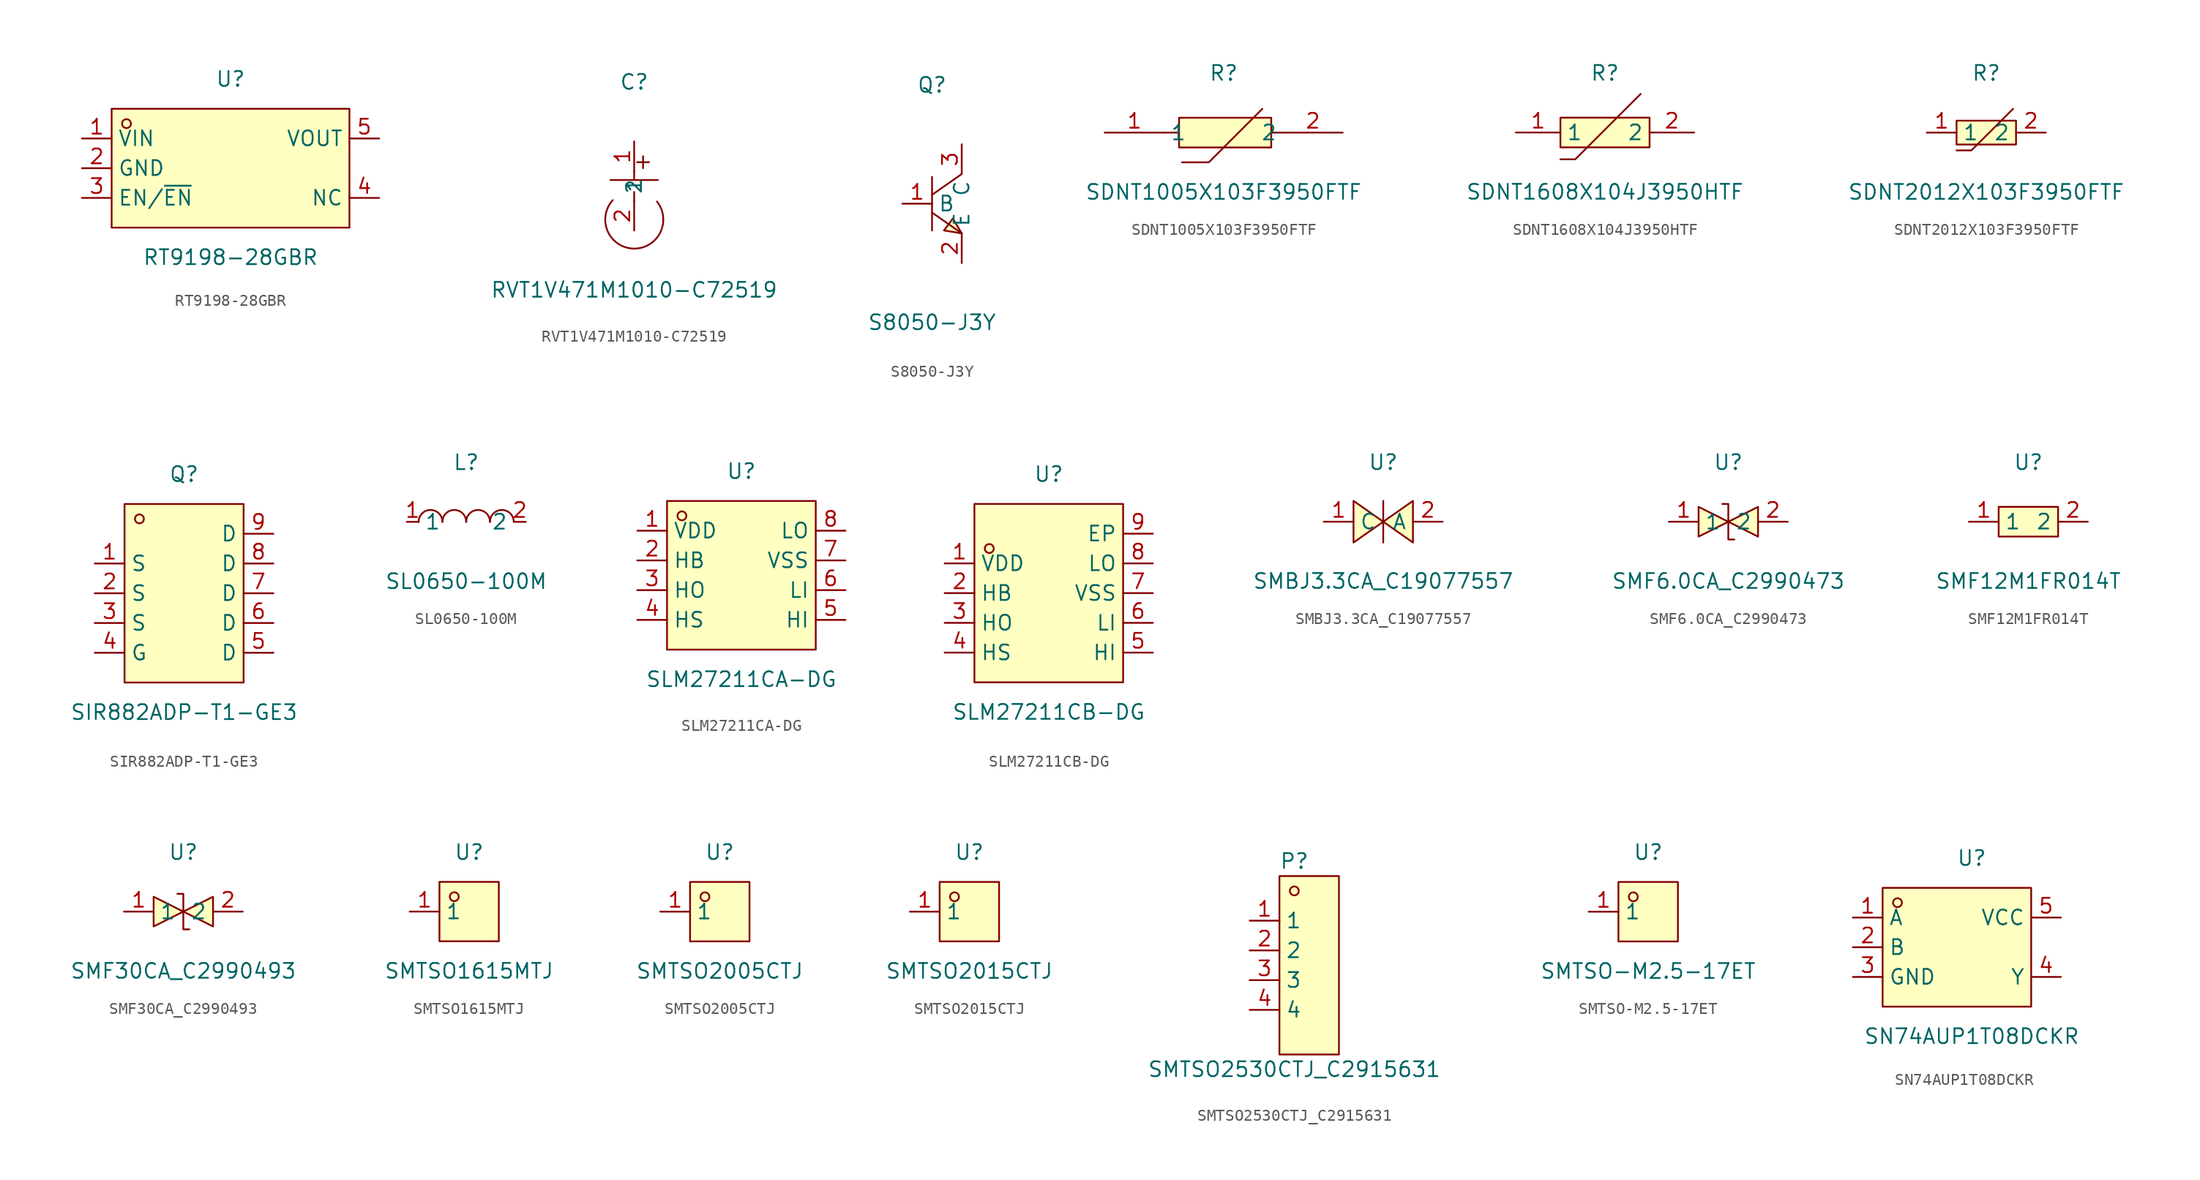
<source format=kicad_sym>
(kicad_symbol_lib
  (version 20231120)
  (generator "kicad_symbol_editor")
  (generator_version "8.0")
  (symbol "RT9198-28GBR"
    (property "Reference" "U"
      (at 0 7.62 0)
      (effects (font (size 1.27 1.27))))
    (property "Value" "RT9198-28GBR"
      (at 0 -7.62 0)
      (effects (font (size 1.27 1.27))))
    (symbol "RT9198-28GBR_0_1"
      (rectangle (start -10.16 5.08) (end 10.16 -5.08) (stroke (width 0) (type default)) (fill (type background)))
      (circle (center -8.89 3.81) (radius 0.38) (stroke (width 0) (type default)) (fill (type none)))
      (pin unspecified line (at -12.7 2.54 0) (length 2.54) (name "VIN" (effects (font (size 1.27 1.27)))) (number "1" (effects (font (size 1.27 1.27)))))
      (pin unspecified line (at -12.7 0 0) (length 2.54) (name "GND" (effects (font (size 1.27 1.27)))) (number "2" (effects (font (size 1.27 1.27)))))
      (pin unspecified line (at -12.7 -2.54 0) (length 2.54) (name "EN/~{EN}" (effects (font (size 1.27 1.27)))) (number "3" (effects (font (size 1.27 1.27)))))
      (pin unspecified line (at 12.7 -2.54 180) (length 2.54) (name "NC" (effects (font (size 1.27 1.27)))) (number "4" (effects (font (size 1.27 1.27)))))
      (pin unspecified line (at 12.7 2.54 180) (length 2.54) (name "VOUT" (effects (font (size 1.27 1.27)))) (number "5" (effects (font (size 1.27 1.27)))))))
  (symbol "RVT1V471M1010-C72519"
    (property "Reference" "C"
      (at 0 8.89 0)
      (effects (font (size 1.27 1.27))))
    (property "Value" "RVT1V471M1010-C72519"
      (at 0 -8.89 0)
      (effects (font (size 1.27 1.27))))
    (symbol "RVT1V471M1010-C72519_0_1"
      (arc (start -1.83 -1.21) (mid -0.0697 -5.356) (end 1.95 -1.33) (stroke (width 0) (type default)) (fill (type none)))
      (polyline (pts (xy 0 -0.51) (xy 0 -1.27)) (stroke (width 0) (type default)) (fill (type none)))
      (polyline (pts (xy 0 1.27) (xy 0 0.51)) (stroke (width 0) (type default)) (fill (type none)))
      (polyline (pts (xy 0.76 2.54) (xy 0.76 1.52)) (stroke (width 0) (type default)) (fill (type none)))
      (polyline (pts (xy 1.27 2.03) (xy 0.25 2.03)) (stroke (width 0) (type default)) (fill (type none)))
      (polyline (pts (xy 2.03 0.51) (xy -2.03 0.51)) (stroke (width 0) (type default)) (fill (type none)))
      (pin input line (at 0 3.81 270) (length 2.54) (name "1" (effects (font (size 1.27 1.27)))) (number "1" (effects (font (size 1.27 1.27)))))
      (pin input line (at 0 -3.81 90) (length 2.54) (name "2" (effects (font (size 1.27 1.27)))) (number "2" (effects (font (size 1.27 1.27)))))))
  (symbol "S8050-J3Y"
    (property "Reference" "Q"
      (at 0 10.16 0)
      (effects (font (size 1.27 1.27))))
    (property "Value" "S8050-J3Y"
      (at 0 -10.16 0)
      (effects (font (size 1.27 1.27))))
    (symbol "S8050-J3Y_0_1"
      (polyline (pts (xy 0 -0.76) (xy 2.54 -2.54)) (stroke (width 0) (type default)) (fill (type none)))
      (polyline (pts (xy 0 2.29) (xy 0 -2.29)) (stroke (width 0) (type default)) (fill (type none)))
      (polyline (pts (xy 2.54 2.54) (xy 0 0.76)) (stroke (width 0) (type default)) (fill (type none)))
      (polyline (pts (xy 2.54 -2.54) (xy 1.02 -2.29) (xy 1.78 -1.27) (xy 2.54 -2.54)) (stroke (width 0) (type default)) (fill (type background)))
      (pin unspecified line (at -2.54 0 0) (length 2.54) (name "B" (effects (font (size 1.27 1.27)))) (number "1" (effects (font (size 1.27 1.27)))))
      (pin unspecified line (at 2.54 -5.08 90) (length 2.54) (name "E" (effects (font (size 1.27 1.27)))) (number "2" (effects (font (size 1.27 1.27)))))
      (pin unspecified line (at 2.54 5.08 270) (length 2.54) (name "C" (effects (font (size 1.27 1.27)))) (number "3" (effects (font (size 1.27 1.27)))))))
  (symbol "SDNT1005X103F3950FTF"
    (property "Reference" "R"
      (at 0 5.08 0)
      (effects (font (size 1.27 1.27))))
    (property "Value" "SDNT1005X103F3950FTF"
      (at 0 -5.08 0)
      (effects (font (size 1.27 1.27))))
    (symbol "SDNT1005X103F3950FTF_0_1"
      (rectangle (start -3.81 1.27) (end 4.06 -1.27) (stroke (width 0) (type default)) (fill (type background)))
      (polyline (pts (xy -3.81 0) (xy -5.08 0)) (stroke (width 0) (type default)) (fill (type none)))
      (polyline (pts (xy 4.06 0) (xy 5.08 0)) (stroke (width 0) (type default)) (fill (type none)))
      (polyline (pts (xy -3.56 -2.54) (xy -1.27 -2.54) (xy 3.3 2.03)) (stroke (width 0) (type default)) (fill (type none)))
      (pin unspecified line (at -10.16 0 0) (length 5.08) (name "1" (effects (font (size 1.27 1.27)))) (number "1" (effects (font (size 1.27 1.27)))))
      (pin unspecified line (at 10.16 0 180) (length 5.08) (name "2" (effects (font (size 1.27 1.27)))) (number "2" (effects (font (size 1.27 1.27)))))))
  (symbol "SDNT1608X104J3950HTF"
    (property "Reference" "R"
      (at 0 5.08 0)
      (effects (font (size 1.27 1.27))))
    (property "Value" "SDNT1608X104J3950HTF"
      (at 0 -5.08 0)
      (effects (font (size 1.27 1.27))))
    (symbol "SDNT1608X104J3950HTF_0_1"
      (rectangle (start -3.81 1.27) (end 3.81 -1.27) (stroke (width 0) (type default)) (fill (type background)))
      (polyline (pts (xy 3.05 3.3) (xy -2.54 -2.29) (xy -3.81 -2.29)) (stroke (width 0) (type default)) (fill (type none)))
      (pin unspecified line (at -7.62 0 0) (length 3.81) (name "1" (effects (font (size 1.27 1.27)))) (number "1" (effects (font (size 1.27 1.27)))))
      (pin unspecified line (at 7.62 0 180) (length 3.81) (name "2" (effects (font (size 1.27 1.27)))) (number "2" (effects (font (size 1.27 1.27)))))))
  (symbol "SDNT2012X103F3950FTF"
    (property "Reference" "R"
      (at 0 5.08 0)
      (effects (font (size 1.27 1.27))))
    (property "Value" "SDNT2012X103F3950FTF"
      (at 0 -5.08 0)
      (effects (font (size 1.27 1.27))))
    (symbol "SDNT2012X103F3950FTF_0_1"
      (rectangle (start -2.54 1.02) (end 2.54 -1.02) (stroke (width 0) (type default)) (fill (type background)))
      (polyline (pts (xy -2.54 -1.52) (xy -1.27 -1.52) (xy 2.29 2.03)) (stroke (width 0) (type default)) (fill (type none)))
      (pin input line (at -5.08 0 0) (length 2.54) (name "1" (effects (font (size 1.27 1.27)))) (number "1" (effects (font (size 1.27 1.27)))))
      (pin input line (at 5.08 0 180) (length 2.54) (name "2" (effects (font (size 1.27 1.27)))) (number "2" (effects (font (size 1.27 1.27)))))))
  (symbol "SIR882ADP-T1-GE3"
    (property "Reference" "Q"
      (at 0 10.16 0)
      (effects (font (size 1.27 1.27))))
    (property "Value" "SIR882ADP-T1-GE3"
      (at 0 -10.16 0)
      (effects (font (size 1.27 1.27))))
    (symbol "SIR882ADP-T1-GE3_0_1"
      (rectangle (start -5.08 7.62) (end 5.08 -7.62) (stroke (width 0) (type default)) (fill (type background)))
      (circle (center -3.81 6.35) (radius 0.38) (stroke (width 0) (type default)) (fill (type none)))
      (pin unspecified line (at -7.62 2.54 0) (length 2.54) (name "S" (effects (font (size 1.27 1.27)))) (number "1" (effects (font (size 1.27 1.27)))))
      (pin unspecified line (at -7.62 0 0) (length 2.54) (name "S" (effects (font (size 1.27 1.27)))) (number "2" (effects (font (size 1.27 1.27)))))
      (pin unspecified line (at -7.62 -2.54 0) (length 2.54) (name "S" (effects (font (size 1.27 1.27)))) (number "3" (effects (font (size 1.27 1.27)))))
      (pin unspecified line (at -7.62 -5.08 0) (length 2.54) (name "G" (effects (font (size 1.27 1.27)))) (number "4" (effects (font (size 1.27 1.27)))))
      (pin unspecified line (at 7.62 -5.08 180) (length 2.54) (name "D" (effects (font (size 1.27 1.27)))) (number "5" (effects (font (size 1.27 1.27)))))
      (pin unspecified line (at 7.62 -2.54 180) (length 2.54) (name "D" (effects (font (size 1.27 1.27)))) (number "6" (effects (font (size 1.27 1.27)))))
      (pin unspecified line (at 7.62 0 180) (length 2.54) (name "D" (effects (font (size 1.27 1.27)))) (number "7" (effects (font (size 1.27 1.27)))))
      (pin unspecified line (at 7.62 2.54 180) (length 2.54) (name "D" (effects (font (size 1.27 1.27)))) (number "8" (effects (font (size 1.27 1.27)))))
      (pin unspecified line (at 7.62 5.08 180) (length 2.54) (name "D" (effects (font (size 1.27 1.27)))) (number "9" (effects (font (size 1.27 1.27)))))))
  (symbol "SL0650-100M"
    (property "Reference" "L"
      (at 0 5.08 0)
      (effects (font (size 1.27 1.27))))
    (property "Value" "SL0650-100M"
      (at 0 -5.08 0)
      (effects (font (size 1.27 1.27))))
    (symbol "SL0650-100M_0_1"
      (arc (start -4.06 -0.01) (mid -2.83 0.99) (end -2.03 0.01) (stroke (width 0) (type default) (color 0 0 0 0)) (fill (type none)))
      (arc (start -2.03 -0.01) (mid -0.80 0.99) (end 0.00 0.01) (stroke (width 0) (type default) (color 0 0 0 0)) (fill (type none)))
      (arc (start 2.03 -0.01) (mid 3.26 0.99) (end 4.06 0.01) (stroke (width 0) (type default) (color 0 0 0 0)) (fill (type none)))
      (arc (start 0.00 -0.01) (mid 1.23 0.99) (end 2.03 0.01) (stroke (width 0) (type default) (color 0 0 0 0)) (fill (type none)))
      (pin unspecified line (at 5.08 -0.00 180) (length 1.016) (name "2" (effects (font (size 1.27 1.27)))) (number "2" (effects (font (size 1.27 1.27)))))
      (pin unspecified line (at -5.08 -0.00 0) (length 1.016) (name "1" (effects (font (size 1.27 1.27)))) (number "1" (effects (font (size 1.27 1.27)))))))
  (symbol "SLM27211CA-DG"
    (property "Reference" "U"
      (at 0 8.89 0)
      (effects (font (size 1.27 1.27))))
    (property "Value" "SLM27211CA-DG"
      (at 0 -8.89 0)
      (effects (font (size 1.27 1.27))))
    (symbol "SLM27211CA-DG_0_1"
      (rectangle (start -6.35 6.35) (end 6.35 -6.35) (stroke (width 0) (type default)) (fill (type background)))
      (circle (center -5.08 5.08) (radius 0.38) (stroke (width 0) (type default)) (fill (type none)))
      (pin unspecified line (at -8.89 3.81 0) (length 2.54) (name "VDD" (effects (font (size 1.27 1.27)))) (number "1" (effects (font (size 1.27 1.27)))))
      (pin unspecified line (at -8.89 1.27 0) (length 2.54) (name "HB" (effects (font (size 1.27 1.27)))) (number "2" (effects (font (size 1.27 1.27)))))
      (pin unspecified line (at -8.89 -1.27 0) (length 2.54) (name "HO" (effects (font (size 1.27 1.27)))) (number "3" (effects (font (size 1.27 1.27)))))
      (pin unspecified line (at -8.89 -3.81 0) (length 2.54) (name "HS" (effects (font (size 1.27 1.27)))) (number "4" (effects (font (size 1.27 1.27)))))
      (pin unspecified line (at 8.89 -3.81 180) (length 2.54) (name "HI" (effects (font (size 1.27 1.27)))) (number "5" (effects (font (size 1.27 1.27)))))
      (pin unspecified line (at 8.89 -1.27 180) (length 2.54) (name "LI" (effects (font (size 1.27 1.27)))) (number "6" (effects (font (size 1.27 1.27)))))
      (pin unspecified line (at 8.89 1.27 180) (length 2.54) (name "VSS" (effects (font (size 1.27 1.27)))) (number "7" (effects (font (size 1.27 1.27)))))
      (pin unspecified line (at 8.89 3.81 180) (length 2.54) (name "LO" (effects (font (size 1.27 1.27)))) (number "8" (effects (font (size 1.27 1.27)))))))
  (symbol "SLM27211CB-DG"
    (property "Reference" "U"
      (at 0 10.16 0)
      (effects (font (size 1.27 1.27))))
    (property "Value" "SLM27211CB-DG"
      (at 0 -10.16 0)
      (effects (font (size 1.27 1.27))))
    (symbol "SLM27211CB-DG_0_1"
      (rectangle (start -6.35 7.62) (end 6.35 -7.62) (stroke (width 0) (type default)) (fill (type background)))
      (circle (center -5.08 3.81) (radius 0.38) (stroke (width 0) (type default)) (fill (type none)))
      (pin unspecified line (at -8.89 2.54 0) (length 2.54) (name "VDD" (effects (font (size 1.27 1.27)))) (number "1" (effects (font (size 1.27 1.27)))))
      (pin unspecified line (at -8.89 0 0) (length 2.54) (name "HB" (effects (font (size 1.27 1.27)))) (number "2" (effects (font (size 1.27 1.27)))))
      (pin unspecified line (at -8.89 -2.54 0) (length 2.54) (name "HO" (effects (font (size 1.27 1.27)))) (number "3" (effects (font (size 1.27 1.27)))))
      (pin unspecified line (at -8.89 -5.08 0) (length 2.54) (name "HS" (effects (font (size 1.27 1.27)))) (number "4" (effects (font (size 1.27 1.27)))))
      (pin unspecified line (at 8.89 -5.08 180) (length 2.54) (name "HI" (effects (font (size 1.27 1.27)))) (number "5" (effects (font (size 1.27 1.27)))))
      (pin unspecified line (at 8.89 -2.54 180) (length 2.54) (name "LI" (effects (font (size 1.27 1.27)))) (number "6" (effects (font (size 1.27 1.27)))))
      (pin unspecified line (at 8.89 0 180) (length 2.54) (name "VSS" (effects (font (size 1.27 1.27)))) (number "7" (effects (font (size 1.27 1.27)))))
      (pin unspecified line (at 8.89 2.54 180) (length 2.54) (name "LO" (effects (font (size 1.27 1.27)))) (number "8" (effects (font (size 1.27 1.27)))))
      (pin unspecified line (at 8.89 5.08 180) (length 2.54) (name "EP" (effects (font (size 1.27 1.27)))) (number "9" (effects (font (size 1.27 1.27)))))))
  (symbol "SMBJ3.3CA_C19077557"
    (property "Reference" "U"
      (at 0 5.08 0)
      (effects (font (size 1.27 1.27))))
    (property "Value" "SMBJ3.3CA_C19077557"
      (at 0 -5.08 0)
      (effects (font (size 1.27 1.27))))
    (symbol "SMBJ3.3CA_C19077557_0_1"
      (polyline (pts (xy -2.54 -1.78) (xy 0 0) (xy -2.54 1.78) (xy -2.54 -1.78)) (stroke (width 0) (type default)) (fill (type background)))
      (polyline (pts (xy 2.54 1.78) (xy 0 0) (xy 2.54 -1.78) (xy 2.54 1.78)) (stroke (width 0) (type default)) (fill (type background)))
      (polyline (pts (xy 0 1.27) (xy 0 1.27) (xy 0 1.78) (xy 0 -1.78) (xy 0 -1.27) (xy 0 -1.27)) (stroke (width 0) (type default)) (fill (type none)))
      (pin unspecified line (at -5.08 0 0) (length 2.54) (name "C" (effects (font (size 1.27 1.27)))) (number "1" (effects (font (size 1.27 1.27)))))
      (pin unspecified line (at 5.08 0 180) (length 2.54) (name "A" (effects (font (size 1.27 1.27)))) (number "2" (effects (font (size 1.27 1.27)))))))
  (symbol "SMF6.0CA_C2990473"
    (property "Reference" "U"
      (at 0 5.08 0)
      (effects (font (size 1.27 1.27))))
    (property "Value" "SMF6.0CA_C2990473"
      (at 0 -5.08 0)
      (effects (font (size 1.27 1.27))))
    (symbol "SMF6.0CA_C2990473_0_1"
      (polyline (pts (xy -2.54 1.27) (xy 0 0) (xy -2.54 -1.27) (xy -2.54 1.27)) (stroke (width 0) (type default)) (fill (type background)))
      (polyline (pts (xy 2.54 1.27) (xy 0 0) (xy 2.54 -1.27) (xy 2.54 1.27)) (stroke (width 0) (type default)) (fill (type background)))
      (polyline (pts (xy -0.51 1.52) (xy -0.51 1.52) (xy 0 1.52) (xy 0 -1.52) (xy 0.51 -1.52) (xy 0.51 -1.52)) (stroke (width 0) (type default)) (fill (type none)))
      (pin unspecified line (at -5.08 0 0) (length 2.54) (name "1" (effects (font (size 1.27 1.27)))) (number "1" (effects (font (size 1.27 1.27)))))
      (pin unspecified line (at 5.08 0 180) (length 2.54) (name "2" (effects (font (size 1.27 1.27)))) (number "2" (effects (font (size 1.27 1.27)))))))
  (symbol "SMF12M1FR014T"
    (property "Reference" "U"
      (at 0 5.08 0)
      (effects (font (size 1.27 1.27))))
    (property "Value" "SMF12M1FR014T"
      (at 0 -5.08 0)
      (effects (font (size 1.27 1.27))))
    (symbol "SMF12M1FR014T_0_1"
      (rectangle (start -2.54 1.27) (end 2.54 -1.27) (stroke (width 0) (type default) (color 0 0 0 0)) (fill (type background)))
      (pin unspecified line (at 5.08 -0.00 180) (length 2.54) (name "2" (effects (font (size 1.27 1.27)))) (number "2" (effects (font (size 1.27 1.27)))))
      (pin unspecified line (at -5.08 -0.00 0) (length 2.54) (name "1" (effects (font (size 1.27 1.27)))) (number "1" (effects (font (size 1.27 1.27)))))))
  (symbol "SMF30CA_C2990493"
    (property "Reference" "U"
      (at 0 5.08 0)
      (effects (font (size 1.27 1.27))))
    (property "Value" "SMF30CA_C2990493"
      (at 0 -5.08 0)
      (effects (font (size 1.27 1.27))))
    (symbol "SMF30CA_C2990493_0_1"
      (polyline (pts (xy -2.54 1.27) (xy 0 0) (xy -2.54 -1.27) (xy -2.54 1.27)) (stroke (width 0) (type default)) (fill (type background)))
      (polyline (pts (xy 2.54 1.27) (xy 0 0) (xy 2.54 -1.27) (xy 2.54 1.27)) (stroke (width 0) (type default)) (fill (type background)))
      (polyline (pts (xy -0.51 1.52) (xy -0.51 1.52) (xy 0 1.52) (xy 0 -1.52) (xy 0.51 -1.52) (xy 0.51 -1.52)) (stroke (width 0) (type default)) (fill (type none)))
      (pin unspecified line (at -5.08 0 0) (length 2.54) (name "1" (effects (font (size 1.27 1.27)))) (number "1" (effects (font (size 1.27 1.27)))))
      (pin unspecified line (at 5.08 0 180) (length 2.54) (name "2" (effects (font (size 1.27 1.27)))) (number "2" (effects (font (size 1.27 1.27)))))))
  (symbol "SMTSO1615MTJ"
    (property "Reference" "U"
      (at 0 5.08 0)
      (effects (font (size 1.27 1.27))))
    (property "Value" "SMTSO1615MTJ"
      (at 0 -5.08 0)
      (effects (font (size 1.27 1.27))))
    (symbol "SMTSO1615MTJ_0_1"
      (rectangle (start -2.54 2.54) (end 2.54 -2.54) (stroke (width 0) (type default)) (fill (type background)))
      (circle (center -1.27 1.27) (radius 0.38) (stroke (width 0) (type default)) (fill (type none)))
      (pin unspecified line (at -5.08 0 0) (length 2.54) (name "1" (effects (font (size 1.27 1.27)))) (number "1" (effects (font (size 1.27 1.27)))))))
  (symbol "SMTSO2005CTJ"
    (property "Reference" "U"
      (at 0 5.08 0)
      (effects (font (size 1.27 1.27))))
    (property "Value" "SMTSO2005CTJ"
      (at 0 -5.08 0)
      (effects (font (size 1.27 1.27))))
    (symbol "SMTSO2005CTJ_0_1"
      (rectangle (start -2.54 2.54) (end 2.54 -2.54) (stroke (width 0) (type default)) (fill (type background)))
      (circle (center -1.27 1.27) (radius 0.38) (stroke (width 0) (type default)) (fill (type none)))
      (pin unspecified line (at -5.08 0 0) (length 2.54) (name "1" (effects (font (size 1.27 1.27)))) (number "1" (effects (font (size 1.27 1.27)))))))
  (symbol "SMTSO2015CTJ"
    (property "Reference" "U"
      (at 0 5.08 0)
      (effects (font (size 1.27 1.27))))
    (property "Value" "SMTSO2015CTJ"
      (at 0 -5.08 0)
      (effects (font (size 1.27 1.27))))
    (symbol "SMTSO2015CTJ_0_1"
      (rectangle (start -2.54 2.54) (end 2.54 -2.54) (stroke (width 0) (type default)) (fill (type background)))
      (circle (center -1.27 1.27) (radius 0.38) (stroke (width 0) (type default)) (fill (type none)))
      (pin unspecified line (at -5.08 0 0) (length 2.54) (name "1" (effects (font (size 1.27 1.27)))) (number "1" (effects (font (size 1.27 1.27)))))))
  (symbol "SMTSO2530CTJ_C2915631"
    (property "Reference" "P"
      (at 0 8.89 0)
      (effects (font (size 1.27 1.27))))
    (property "Value" "SMTSO2530CTJ_C2915631"
      (at 0 -8.89 0)
      (effects (font (size 1.27 1.27))))
    (symbol "SMTSO2530CTJ_C2915631_0_1"
      (rectangle (start -1.27 7.62) (end 3.81 -7.62) (stroke (width 0) (type default)) (fill (type background)))
      (circle (center 0 6.35) (radius 0.38) (stroke (width 0) (type default)) (fill (type none)))
      (pin unspecified line (at -3.81 3.81 0) (length 2.54) (name "1" (effects (font (size 1.27 1.27)))) (number "1" (effects (font (size 1.27 1.27)))))
      (pin unspecified line (at -3.81 1.27 0) (length 2.54) (name "2" (effects (font (size 1.27 1.27)))) (number "2" (effects (font (size 1.27 1.27)))))
      (pin unspecified line (at -3.81 -1.27 0) (length 2.54) (name "3" (effects (font (size 1.27 1.27)))) (number "3" (effects (font (size 1.27 1.27)))))
      (pin unspecified line (at -3.81 -3.81 0) (length 2.54) (name "4" (effects (font (size 1.27 1.27)))) (number "4" (effects (font (size 1.27 1.27)))))))
  (symbol "SMTSO-M2.5-17ET"
    (property "Reference" "U"
      (at 0 5.08 0)
      (effects (font (size 1.27 1.27))))
    (property "Value" "SMTSO-M2.5-17ET"
      (at 0 -5.08 0)
      (effects (font (size 1.27 1.27))))
    (symbol "SMTSO-M2.5-17ET_0_1"
      (rectangle (start -2.54 2.54) (end 2.54 -2.54) (stroke (width 0) (type default) (color 0 0 0 0)) (fill (type background)))
      (circle (center -1.27 1.27) (radius 0.38) (stroke (width 0) (type default) (color 0 0 0 0)) (fill (type none)))
      (pin unspecified line (at -5.08 -0.00 0) (length 2.54) (name "1" (effects (font (size 1.27 1.27)))) (number "1" (effects (font (size 1.27 1.27)))))))
  (symbol "SN74AUP1T08DCKR"
    (property "Reference" "U"
      (at 0 7.62 0)
      (effects (font (size 1.27 1.27))))
    (property "Value" "SN74AUP1T08DCKR"
      (at 0 -7.62 0)
      (effects (font (size 1.27 1.27))))
    (symbol "SN74AUP1T08DCKR_0_1"
      (rectangle (start -7.62 5.08) (end 5.08 -5.08) (stroke (width 0) (type default)) (fill (type background)))
      (circle (center -6.35 3.81) (radius 0.38) (stroke (width 0) (type default)) (fill (type none)))
      (pin unspecified line (at -10.16 2.54 0) (length 2.54) (name "A" (effects (font (size 1.27 1.27)))) (number "1" (effects (font (size 1.27 1.27)))))
      (pin unspecified line (at -10.16 0 0) (length 2.54) (name "B" (effects (font (size 1.27 1.27)))) (number "2" (effects (font (size 1.27 1.27)))))
      (pin unspecified line (at -10.16 -2.54 0) (length 2.54) (name "GND" (effects (font (size 1.27 1.27)))) (number "3" (effects (font (size 1.27 1.27)))))
      (pin unspecified line (at 7.62 -2.54 180) (length 2.54) (name "Y" (effects (font (size 1.27 1.27)))) (number "4" (effects (font (size 1.27 1.27)))))
      (pin unspecified line (at 7.62 2.54 180) (length 2.54) (name "VCC" (effects (font (size 1.27 1.27)))) (number "5" (effects (font (size 1.27 1.27))))))))
</source>
